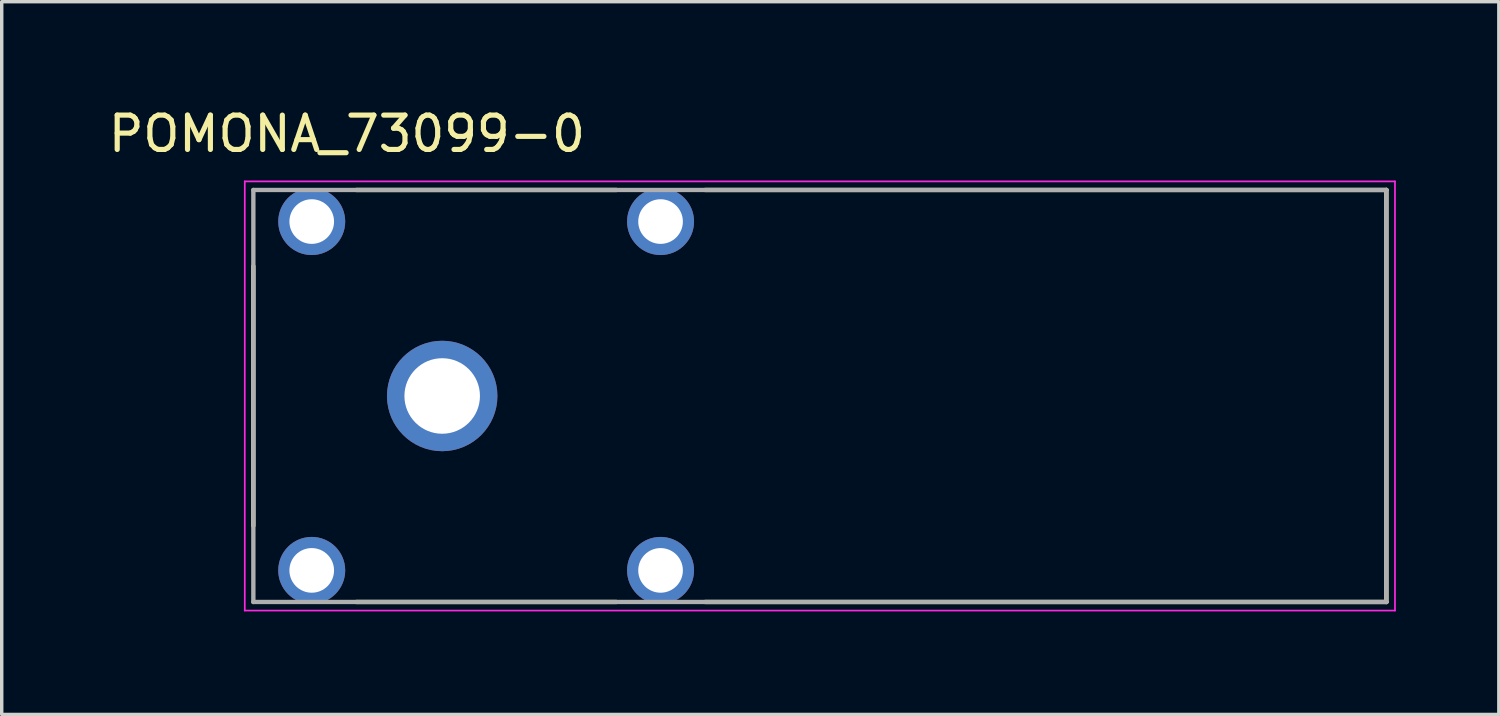
<source format=kicad_pcb>
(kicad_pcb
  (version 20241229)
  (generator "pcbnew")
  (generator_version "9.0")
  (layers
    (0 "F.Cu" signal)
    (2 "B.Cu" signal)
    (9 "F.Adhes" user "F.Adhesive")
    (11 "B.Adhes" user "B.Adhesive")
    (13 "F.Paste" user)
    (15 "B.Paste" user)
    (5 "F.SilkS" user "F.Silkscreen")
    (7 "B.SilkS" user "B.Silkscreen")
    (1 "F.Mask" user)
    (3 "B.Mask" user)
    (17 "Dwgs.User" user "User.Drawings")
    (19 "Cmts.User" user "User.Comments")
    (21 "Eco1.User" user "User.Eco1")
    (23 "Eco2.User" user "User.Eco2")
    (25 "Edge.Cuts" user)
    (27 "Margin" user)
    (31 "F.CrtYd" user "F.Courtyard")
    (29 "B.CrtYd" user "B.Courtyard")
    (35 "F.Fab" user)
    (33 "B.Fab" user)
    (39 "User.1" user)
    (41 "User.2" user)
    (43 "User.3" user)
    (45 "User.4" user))
  (footprint "POMONA_73099-0"
    (layer "F.Cu")
    (at 9.829 8.483)
    (property "Reference" "POMONA_73099-0" (at -2.775 -7.635 0) (layer "F.SilkS") (effects (font (size 1 1) (thickness 0.15))))
    (attr through_hole)
    (fp_line (start -5.5 -3.78) (end -5.5 3.78) (stroke (width 0.127) (type solid)) (layer "F.SilkS"))
    (fp_line (start -2.5 -6) (end 5.07 -6) (stroke (width 0.127) (type solid)) (layer "F.SilkS"))
    (fp_line (start -2.5 6) (end 5.07 6) (stroke (width 0.127) (type solid)) (layer "F.SilkS"))
    (fp_line (start 7.66 6) (end 27.5 6) (stroke (width 0.127) (type solid)) (layer "F.SilkS"))
    (fp_line (start 27.5 -6) (end 7.66 -6) (stroke (width 0.127) (type solid)) (layer "F.SilkS"))
    (fp_line (start 27.5 6) (end 27.5 -6) (stroke (width 0.127) (type solid)) (layer "F.SilkS"))
    (fp_line (start -5.75 -6.25) (end -5.75 6.25) (stroke (width 0.05) (type solid)) (layer "F.CrtYd"))
    (fp_line (start -5.75 6.25) (end 27.75 6.25) (stroke (width 0.05) (type solid)) (layer "F.CrtYd"))
    (fp_line (start 27.75 -6.25) (end -5.75 -6.25) (stroke (width 0.05) (type solid)) (layer "F.CrtYd"))
    (fp_line (start 27.75 6.25) (end 27.75 -6.25) (stroke (width 0.05) (type solid)) (layer "F.CrtYd"))
    (fp_line (start -5.5 -6) (end 27.5 -6) (stroke (width 0.127) (type solid)) (layer "F.Fab"))
    (fp_line (start -5.5 6) (end -5.5 -6) (stroke (width 0.127) (type solid)) (layer "F.Fab"))
    (fp_line (start 27.5 -6) (end 27.5 6) (stroke (width 0.127) (type solid)) (layer "F.Fab"))
    (fp_line (start 27.5 6) (end -5.5 6) (stroke (width 0.127) (type solid)) (layer "F.Fab"))
    (pad "1" thru_hole circle (at 0 0) (size 3.216 3.216) (drill 2.2) (layers "*.Cu" "*.Mask"))
    (pad "S1" thru_hole circle (at -3.8 5.08) (size 1.95 1.95) (drill 1.3) (layers "*.Cu" "*.Mask"))
    (pad "S2" thru_hole circle (at -3.8 -5.08) (size 1.95 1.95) (drill 1.3) (layers "*.Cu" "*.Mask"))
    (pad "S3" thru_hole circle (at 6.36 -5.08) (size 1.95 1.95) (drill 1.3) (layers "*.Cu" "*.Mask"))
    (pad "S4" thru_hole circle (at 6.36 5.08) (size 1.95 1.95) (drill 1.3) (layers "*.Cu" "*.Mask")))
  (gr_rect
    (start -3 -3)
    (end 40.604 17.758)
    (stroke (width 0.1) (type default))
    (fill no)
    (layer "Edge.Cuts")))
</source>
